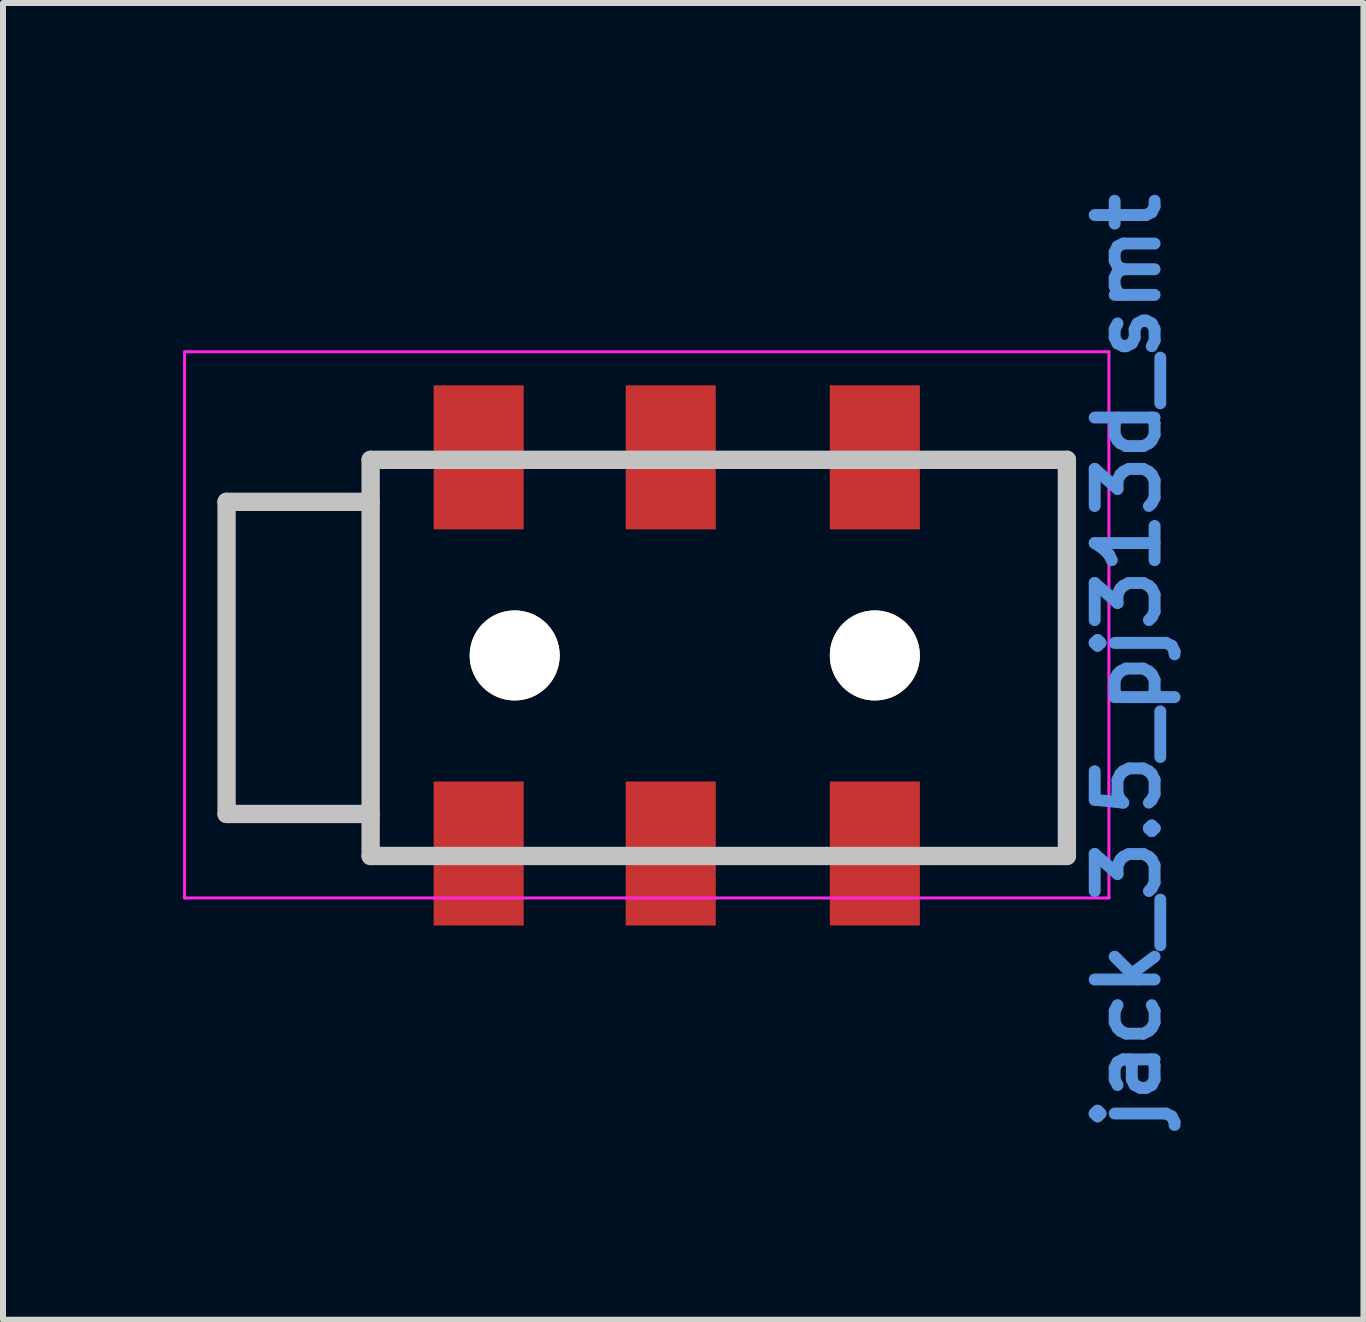
<source format=kicad_pcb>
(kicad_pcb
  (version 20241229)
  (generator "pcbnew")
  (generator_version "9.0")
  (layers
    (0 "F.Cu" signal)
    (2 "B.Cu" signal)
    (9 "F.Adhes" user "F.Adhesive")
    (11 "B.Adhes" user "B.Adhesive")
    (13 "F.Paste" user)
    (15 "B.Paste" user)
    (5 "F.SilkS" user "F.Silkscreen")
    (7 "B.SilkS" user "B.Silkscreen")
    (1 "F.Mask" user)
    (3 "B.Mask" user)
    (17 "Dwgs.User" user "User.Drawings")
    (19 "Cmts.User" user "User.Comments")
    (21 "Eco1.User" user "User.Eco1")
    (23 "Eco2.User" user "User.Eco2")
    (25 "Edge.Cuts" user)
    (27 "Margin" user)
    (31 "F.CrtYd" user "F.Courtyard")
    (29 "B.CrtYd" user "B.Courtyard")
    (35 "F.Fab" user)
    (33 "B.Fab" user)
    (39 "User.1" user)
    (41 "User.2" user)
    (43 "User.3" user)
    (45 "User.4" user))
  (footprint "jack_3.5_pj313d_smt"
    (layer "F.Cu")
    (at 5.525 5.611)
    (property "Reference" "jack_3.5_pj313d_smt" (at 10.21 2.359 270) (layer "Cmts.User") (effects (font (size 0.998 0.998) (thickness 0.198))))
    (attr through_hole)
    (fp_line (start -4.8 -0.3) (end -4.8 4.9) (stroke (width 0.305) (type solid)) (layer "Dwgs.User"))
    (fp_line (start -2.4 -1) (end -2.4 5.6) (stroke (width 0.305) (type solid)) (layer "Dwgs.User"))
    (fp_line (start -2.4 -0.3) (end -4.8 -0.3) (stroke (width 0.305) (type solid)) (layer "Dwgs.User"))
    (fp_line (start -2.4 4.9) (end -4.8 4.9) (stroke (width 0.305) (type solid)) (layer "Dwgs.User"))
    (fp_line (start 9.2 -1) (end -2.4 -1) (stroke (width 0.305) (type solid)) (layer "Dwgs.User"))
    (fp_line (start 9.2 -1) (end 9.2 5.6) (stroke (width 0.305) (type solid)) (layer "Dwgs.User"))
    (fp_line (start 9.2 5.6) (end -2.4 5.6) (stroke (width 0.305) (type solid)) (layer "Dwgs.User"))
    (fp_line (start -5.5 -2.8) (end -5.5 6.3) (stroke (width 0.05) (type default)) (layer "F.CrtYd"))
    (fp_line (start -5.5 -2.8) (end 9.9 -2.8) (stroke (width 0.05) (type default)) (layer "F.CrtYd"))
    (fp_line (start -5.5 6.3) (end 9.9 6.3) (stroke (width 0.05) (type default)) (layer "F.CrtYd"))
    (fp_line (start 9.9 -2.8) (end 9.9 6.3) (stroke (width 0.05) (type default)) (layer "F.CrtYd"))
    (pad "" np_thru_hole circle (at 0 2.259 270) (size 1.5 1.5) (drill 1.5) (layers "*.Cu" "*.Mask" "F.SilkS"))
    (pad "" np_thru_hole circle (at 6 2.259 270) (size 1.5 1.5) (drill 1.5) (layers "*.Cu" "*.Mask" "F.SilkS"))
    (pad "1" smd rect (at -0.6 -1.041 270) (size 2.4 1.5) (layers "F.Cu" "F.Mask" "F.Paste"))
    (pad "1" smd rect (at -0.6 5.559 270) (size 2.4 1.5) (layers "F.Cu" "F.Mask" "F.Paste"))
    (pad "2" smd rect (at 6 -1.041 270) (size 2.4 1.5) (layers "F.Cu" "F.Mask" "F.Paste"))
    (pad "2" smd rect (at 6 5.559 270) (size 2.4 1.5) (layers "F.Cu" "F.Mask" "F.Paste"))
    (pad "3" smd rect (at 2.6 -1.041 270) (size 2.4 1.5) (layers "F.Cu" "F.Mask" "F.Paste"))
    (pad "3" smd rect (at 2.6 5.559 270) (size 2.4 1.5) (layers "F.Cu" "F.Mask" "F.Paste")))
  (gr_rect
    (start -3 -3)
    (end 19.666 18.938)
    (stroke (width 0.1) (type default))
    (fill no)
    (layer "Edge.Cuts")))
</source>
